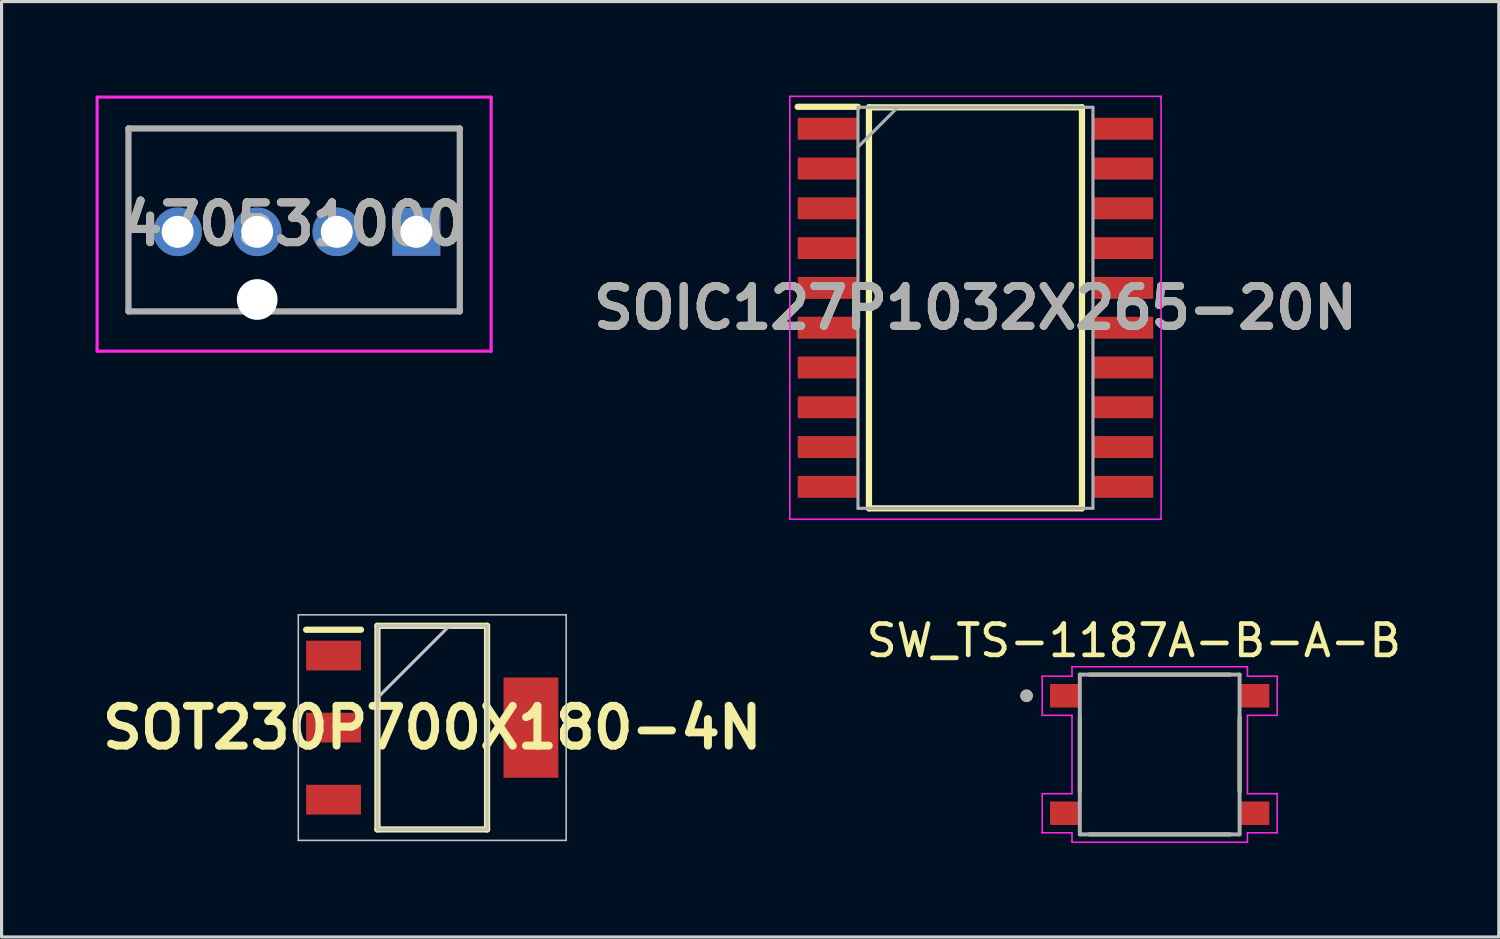
<source format=kicad_pcb>
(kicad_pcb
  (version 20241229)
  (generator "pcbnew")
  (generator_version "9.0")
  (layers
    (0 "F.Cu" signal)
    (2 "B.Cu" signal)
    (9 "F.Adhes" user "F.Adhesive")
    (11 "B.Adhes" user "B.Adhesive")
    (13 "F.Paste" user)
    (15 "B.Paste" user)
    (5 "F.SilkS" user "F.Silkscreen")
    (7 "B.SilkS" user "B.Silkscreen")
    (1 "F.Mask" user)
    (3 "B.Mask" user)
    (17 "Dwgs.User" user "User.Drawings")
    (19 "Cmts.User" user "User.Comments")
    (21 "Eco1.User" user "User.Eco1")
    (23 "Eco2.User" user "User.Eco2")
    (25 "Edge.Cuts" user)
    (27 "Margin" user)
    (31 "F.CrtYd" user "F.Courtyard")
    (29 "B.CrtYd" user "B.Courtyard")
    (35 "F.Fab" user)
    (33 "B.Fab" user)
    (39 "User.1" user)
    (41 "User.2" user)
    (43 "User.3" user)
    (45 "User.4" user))
  (footprint "SW_TS-1187A-B-A-B"
    (layer "F.Cu")
    (at 33.967 21.033)
    (property "Reference" "SW_TS-1187A-B-A-B" (at -0.825 -3.635 0) (layer "F.SilkS") (effects (font (size 1 1) (thickness 0.15))))
    (attr smd)
    (fp_line (start -2.55 -1.18) (end -2.55 1.18) (stroke (width 0.127) (type solid)) (layer "F.SilkS"))
    (fp_line (start 2.25 -2.55) (end -2.25 -2.55) (stroke (width 0.127) (type solid)) (layer "F.SilkS"))
    (fp_line (start 2.25 2.55) (end -2.25 2.55) (stroke (width 0.127) (type solid)) (layer "F.SilkS"))
    (fp_line (start 2.55 1.18) (end 2.55 -1.18) (stroke (width 0.127) (type solid)) (layer "F.SilkS"))
    (fp_circle (center -4.25 -1.875) (end -4.15 -1.875) (stroke (width 0.2) (type solid)) (fill no) (layer "F.SilkS"))
    (fp_line (start -3.75 -2.5) (end -3.75 -1.25) (stroke (width 0.05) (type solid)) (layer "F.CrtYd"))
    (fp_line (start -3.75 -2.5) (end -2.8 -2.5) (stroke (width 0.05) (type solid)) (layer "F.CrtYd"))
    (fp_line (start -3.75 -1.25) (end -2.8 -1.25) (stroke (width 0.05) (type solid)) (layer "F.CrtYd"))
    (fp_line (start -3.75 1.25) (end -2.8 1.25) (stroke (width 0.05) (type solid)) (layer "F.CrtYd"))
    (fp_line (start -3.75 2.5) (end -3.75 1.25) (stroke (width 0.05) (type solid)) (layer "F.CrtYd"))
    (fp_line (start -3.75 2.5) (end -2.8 2.5) (stroke (width 0.05) (type solid)) (layer "F.CrtYd"))
    (fp_line (start -2.8 -2.8) (end -2.8 -2.5) (stroke (width 0.05) (type solid)) (layer "F.CrtYd"))
    (fp_line (start -2.8 -1.25) (end -2.8 1.25) (stroke (width 0.05) (type solid)) (layer "F.CrtYd"))
    (fp_line (start -2.8 2.8) (end -2.8 2.5) (stroke (width 0.05) (type solid)) (layer "F.CrtYd"))
    (fp_line (start -2.8 2.8) (end 2.8 2.8) (stroke (width 0.05) (type solid)) (layer "F.CrtYd"))
    (fp_line (start 2.8 -2.8) (end -2.8 -2.8) (stroke (width 0.05) (type solid)) (layer "F.CrtYd"))
    (fp_line (start 2.8 -2.8) (end 2.8 -2.5) (stroke (width 0.05) (type solid)) (layer "F.CrtYd"))
    (fp_line (start 2.8 -1.25) (end 2.8 1.25) (stroke (width 0.05) (type solid)) (layer "F.CrtYd"))
    (fp_line (start 2.8 2.8) (end 2.8 2.5) (stroke (width 0.05) (type solid)) (layer "F.CrtYd"))
    (fp_line (start 3.75 -2.5) (end 2.8 -2.5) (stroke (width 0.05) (type solid)) (layer "F.CrtYd"))
    (fp_line (start 3.75 -2.5) (end 3.75 -1.25) (stroke (width 0.05) (type solid)) (layer "F.CrtYd"))
    (fp_line (start 3.75 -1.25) (end 2.8 -1.25) (stroke (width 0.05) (type solid)) (layer "F.CrtYd"))
    (fp_line (start 3.75 1.25) (end 2.8 1.25) (stroke (width 0.05) (type solid)) (layer "F.CrtYd"))
    (fp_line (start 3.75 2.5) (end 2.8 2.5) (stroke (width 0.05) (type solid)) (layer "F.CrtYd"))
    (fp_line (start 3.75 2.5) (end 3.75 1.25) (stroke (width 0.05) (type solid)) (layer "F.CrtYd"))
    (fp_line (start -2.55 -2.55) (end -2.55 2.55) (stroke (width 0.127) (type solid)) (layer "F.Fab"))
    (fp_line (start -2.55 2.55) (end 2.55 2.55) (stroke (width 0.127) (type solid)) (layer "F.Fab"))
    (fp_line (start 2.55 -2.55) (end -2.55 -2.55) (stroke (width 0.127) (type solid)) (layer "F.Fab"))
    (fp_line (start 2.55 2.55) (end 2.55 -2.55) (stroke (width 0.127) (type solid)) (layer "F.Fab"))
    (fp_circle (center -4.25 -1.875) (end -4.15 -1.875) (stroke (width 0.2) (type solid)) (fill no) (layer "F.Fab"))
    (pad "A" smd rect (at -3 -1.875) (size 1 0.75) (layers "F.Cu" "F.Mask" "F.Paste"))
    (pad "B" smd rect (at 3 -1.875) (size 1 0.75) (layers "F.Cu" "F.Mask" "F.Paste"))
    (pad "C" smd rect (at -3 1.875) (size 1 0.75) (layers "F.Cu" "F.Mask" "F.Paste"))
    (pad "D" smd rect (at 3 1.875) (size 1 0.75) (layers "F.Cu" "F.Mask" "F.Paste")))
  (footprint "SOIC127P1032X265-20N"
    (layer "F.Cu")
    (at 28.086 6.775)
    (property "Reference" "SOIC127P1032X265-20N" (at 0 0 0) (layer "F.SilkS") (effects (font (size 1.27 1.27) (thickness 0.254))))
    (attr smd)
    (fp_line (start -5.675 -6.415) (end -3.75 -6.415) (stroke (width 0.2) (type solid)) (layer "F.SilkS"))
    (fp_line (start -3.4 -6.4) (end 3.4 -6.4) (stroke (width 0.2) (type solid)) (layer "F.SilkS"))
    (fp_line (start -3.4 6.4) (end -3.4 -6.4) (stroke (width 0.2) (type solid)) (layer "F.SilkS"))
    (fp_line (start 3.4 -6.4) (end 3.4 6.4) (stroke (width 0.2) (type solid)) (layer "F.SilkS"))
    (fp_line (start 3.4 6.4) (end -3.4 6.4) (stroke (width 0.2) (type solid)) (layer "F.SilkS"))
    (fp_line (start -5.925 -6.75) (end 5.925 -6.75) (stroke (width 0.05) (type solid)) (layer "F.CrtYd"))
    (fp_line (start -5.925 6.75) (end -5.925 -6.75) (stroke (width 0.05) (type solid)) (layer "F.CrtYd"))
    (fp_line (start 5.925 -6.75) (end 5.925 6.75) (stroke (width 0.05) (type solid)) (layer "F.CrtYd"))
    (fp_line (start 5.925 6.75) (end -5.925 6.75) (stroke (width 0.05) (type solid)) (layer "F.CrtYd"))
    (fp_line (start -3.75 -6.4) (end 3.75 -6.4) (stroke (width 0.1) (type solid)) (layer "F.Fab"))
    (fp_line (start -3.75 -5.13) (end -2.48 -6.4) (stroke (width 0.1) (type solid)) (layer "F.Fab"))
    (fp_line (start -3.75 6.4) (end -3.75 -6.4) (stroke (width 0.1) (type solid)) (layer "F.Fab"))
    (fp_line (start 3.75 -6.4) (end 3.75 6.4) (stroke (width 0.1) (type solid)) (layer "F.Fab"))
    (fp_line (start 3.75 6.4) (end -3.75 6.4) (stroke (width 0.1) (type solid)) (layer "F.Fab"))
    (fp_text user "${REFERENCE}" (at 0 0 0) (layer "F.Fab") (effects (font (size 1.27 1.27) (thickness 0.254))))
    (pad "1" smd rect (at -4.712 -5.715 90) (size 0.7 1.925) (layers "F.Cu" "F.Mask" "F.Paste"))
    (pad "2" smd rect (at -4.712 -4.445 90) (size 0.7 1.925) (layers "F.Cu" "F.Mask" "F.Paste"))
    (pad "3" smd rect (at -4.712 -3.175 90) (size 0.7 1.925) (layers "F.Cu" "F.Mask" "F.Paste"))
    (pad "4" smd rect (at -4.712 -1.905 90) (size 0.7 1.925) (layers "F.Cu" "F.Mask" "F.Paste"))
    (pad "5" smd rect (at -4.712 -0.635 90) (size 0.7 1.925) (layers "F.Cu" "F.Mask" "F.Paste"))
    (pad "6" smd rect (at -4.712 0.635 90) (size 0.7 1.925) (layers "F.Cu" "F.Mask" "F.Paste"))
    (pad "7" smd rect (at -4.712 1.905 90) (size 0.7 1.925) (layers "F.Cu" "F.Mask" "F.Paste"))
    (pad "8" smd rect (at -4.712 3.175 90) (size 0.7 1.925) (layers "F.Cu" "F.Mask" "F.Paste"))
    (pad "9" smd rect (at -4.712 4.445 90) (size 0.7 1.925) (layers "F.Cu" "F.Mask" "F.Paste"))
    (pad "10" smd rect (at -4.712 5.715 90) (size 0.7 1.925) (layers "F.Cu" "F.Mask" "F.Paste"))
    (pad "11" smd rect (at 4.712 5.715 90) (size 0.7 1.925) (layers "F.Cu" "F.Mask" "F.Paste"))
    (pad "12" smd rect (at 4.712 4.445 90) (size 0.7 1.925) (layers "F.Cu" "F.Mask" "F.Paste"))
    (pad "13" smd rect (at 4.712 3.175 90) (size 0.7 1.925) (layers "F.Cu" "F.Mask" "F.Paste"))
    (pad "14" smd rect (at 4.712 1.905 90) (size 0.7 1.925) (layers "F.Cu" "F.Mask" "F.Paste"))
    (pad "15" smd rect (at 4.712 0.635 90) (size 0.7 1.925) (layers "F.Cu" "F.Mask" "F.Paste"))
    (pad "16" smd rect (at 4.712 -0.635 90) (size 0.7 1.925) (layers "F.Cu" "F.Mask" "F.Paste"))
    (pad "17" smd rect (at 4.712 -1.905 90) (size 0.7 1.925) (layers "F.Cu" "F.Mask" "F.Paste"))
    (pad "18" smd rect (at 4.712 -3.175 90) (size 0.7 1.925) (layers "F.Cu" "F.Mask" "F.Paste"))
    (pad "19" smd rect (at 4.712 -4.445 90) (size 0.7 1.925) (layers "F.Cu" "F.Mask" "F.Paste"))
    (pad "20" smd rect (at 4.712 -5.715 90) (size 0.7 1.925) (layers "F.Cu" "F.Mask" "F.Paste")))
  (footprint "470531000"
    (layer "F.Cu")
    (at 10.24 4.35)
    (property "Reference" "470531000" (at -3.902 -0.245 0) (layer "F.SilkS") (effects (font (size 1.27 1.27) (thickness 0.254))))
    (attr through_hole)
    (fp_line (start -9.19 -3.3) (end 1.386 -3.3) (stroke (width 0.1) (type solid)) (layer "F.SilkS"))
    (fp_line (start -9.19 2.54) (end -9.19 -3.3) (stroke (width 0.1) (type solid)) (layer "F.SilkS"))
    (fp_line (start -9.19 2.54) (end -6.293 2.54) (stroke (width 0.1) (type solid)) (layer "F.SilkS"))
    (fp_line (start 1.386 -3.3) (end 1.386 2.54) (stroke (width 0.1) (type solid)) (layer "F.SilkS"))
    (fp_line (start 1.386 2.54) (end -3.902 2.54) (stroke (width 0.1) (type solid)) (layer "F.SilkS"))
    (fp_line (start -10.19 -4.3) (end 2.386 -4.3) (stroke (width 0.1) (type solid)) (layer "F.CrtYd"))
    (fp_line (start -10.19 3.81) (end -10.19 -4.3) (stroke (width 0.1) (type solid)) (layer "F.CrtYd"))
    (fp_line (start 2.386 -4.3) (end 2.386 3.81) (stroke (width 0.1) (type solid)) (layer "F.CrtYd"))
    (fp_line (start 2.386 3.81) (end -10.19 3.81) (stroke (width 0.1) (type solid)) (layer "F.CrtYd"))
    (fp_line (start -9.19 -3.3) (end 1.386 -3.3) (stroke (width 0.2) (type solid)) (layer "F.Fab"))
    (fp_line (start -9.19 2.54) (end -9.19 -3.3) (stroke (width 0.2) (type solid)) (layer "F.Fab"))
    (fp_line (start 1.386 -3.3) (end 1.386 2.54) (stroke (width 0.2) (type solid)) (layer "F.Fab"))
    (fp_line (start 1.386 2.54) (end -9.19 2.54) (stroke (width 0.2) (type solid)) (layer "F.Fab"))
    (fp_text user "${REFERENCE}" (at -3.902 -0.245 0) (layer "F.Fab") (effects (font (size 1.27 1.27) (thickness 0.254))))
    (pad "" np_thru_hole circle (at -5.08 2.16) (size 1.3 1.3) (drill 1.3) (layers "*.Cu" "*.Mask"))
    (pad "1" thru_hole rect (at 0 0) (size 1.53 1.53) (drill 1.02) (layers "*.Cu" "*.Mask"))
    (pad "2" thru_hole circle (at -2.54 0) (size 1.55 1.55) (drill 1.02) (layers "*.Cu" "*.Mask"))
    (pad "3" thru_hole circle (at -5.08 0) (size 1.55 1.55) (drill 1.02) (layers "*.Cu" "*.Mask"))
    (pad "4" thru_hole circle (at -7.62 0) (size 1.55 1.55) (drill 1.02) (layers "*.Cu" "*.Mask")))
  (footprint "SOT230P700X180-4N"
    (layer "F.Cu")
    (at 10.747 20.175)
    (property "Reference" "SOT230P700X180-4N" (at 0 0 0) (unlocked yes) (layer "F.SilkS") (effects (font (size 1.27 1.27) (thickness 0.254))))
    (attr smd)
    (fp_line (start -4.025 -3.125) (end -2.275 -3.125) (stroke (width 0.2) (type solid)) (layer "F.SilkS"))
    (fp_line (start -1.75 -3.25) (end 1.75 -3.25) (stroke (width 0.2) (type solid)) (layer "F.SilkS"))
    (fp_line (start -1.75 3.25) (end -1.75 -3.25) (stroke (width 0.2) (type solid)) (layer "F.SilkS"))
    (fp_line (start 1.75 -3.25) (end 1.75 3.25) (stroke (width 0.2) (type solid)) (layer "F.SilkS"))
    (fp_line (start 1.75 3.25) (end -1.75 3.25) (stroke (width 0.2) (type solid)) (layer "F.SilkS"))
    (fp_line (start -4.275 -3.6) (end 4.275 -3.6) (stroke (width 0.05) (type solid)) (layer "Dwgs.User"))
    (fp_line (start -4.275 3.6) (end -4.275 -3.6) (stroke (width 0.05) (type solid)) (layer "Dwgs.User"))
    (fp_line (start -1.75 -3.25) (end 1.75 -3.25) (stroke (width 0.1) (type solid)) (layer "Dwgs.User"))
    (fp_line (start -1.75 -0.95) (end 0.55 -3.25) (stroke (width 0.1) (type solid)) (layer "Dwgs.User"))
    (fp_line (start -1.75 3.25) (end -1.75 -3.25) (stroke (width 0.1) (type solid)) (layer "Dwgs.User"))
    (fp_line (start 1.75 -3.25) (end 1.75 3.25) (stroke (width 0.1) (type solid)) (layer "Dwgs.User"))
    (fp_line (start 1.75 3.25) (end -1.75 3.25) (stroke (width 0.1) (type solid)) (layer "Dwgs.User"))
    (fp_line (start 4.275 -3.6) (end 4.275 3.6) (stroke (width 0.05) (type solid)) (layer "Dwgs.User"))
    (fp_line (start 4.275 3.6) (end -4.275 3.6) (stroke (width 0.05) (type solid)) (layer "Dwgs.User"))
    (pad "1" smd rect (at -3.15 -2.3 90) (size 0.95 1.75) (layers "F.Cu" "F.Mask" "F.Paste"))
    (pad "2" smd rect (at -3.15 0 90) (size 0.95 1.75) (layers "F.Cu" "F.Mask" "F.Paste"))
    (pad "3" smd rect (at -3.15 2.3 90) (size 0.95 1.75) (layers "F.Cu" "F.Mask" "F.Paste"))
    (pad "4" smd rect (at 3.15 0) (size 1.75 3.2) (layers "F.Cu" "F.Mask" "F.Paste")))
  (gr_rect
    (start -3 -3)
    (end 44.791 26.858)
    (stroke (width 0.1) (type default))
    (fill no)
    (layer "Edge.Cuts")))
</source>
